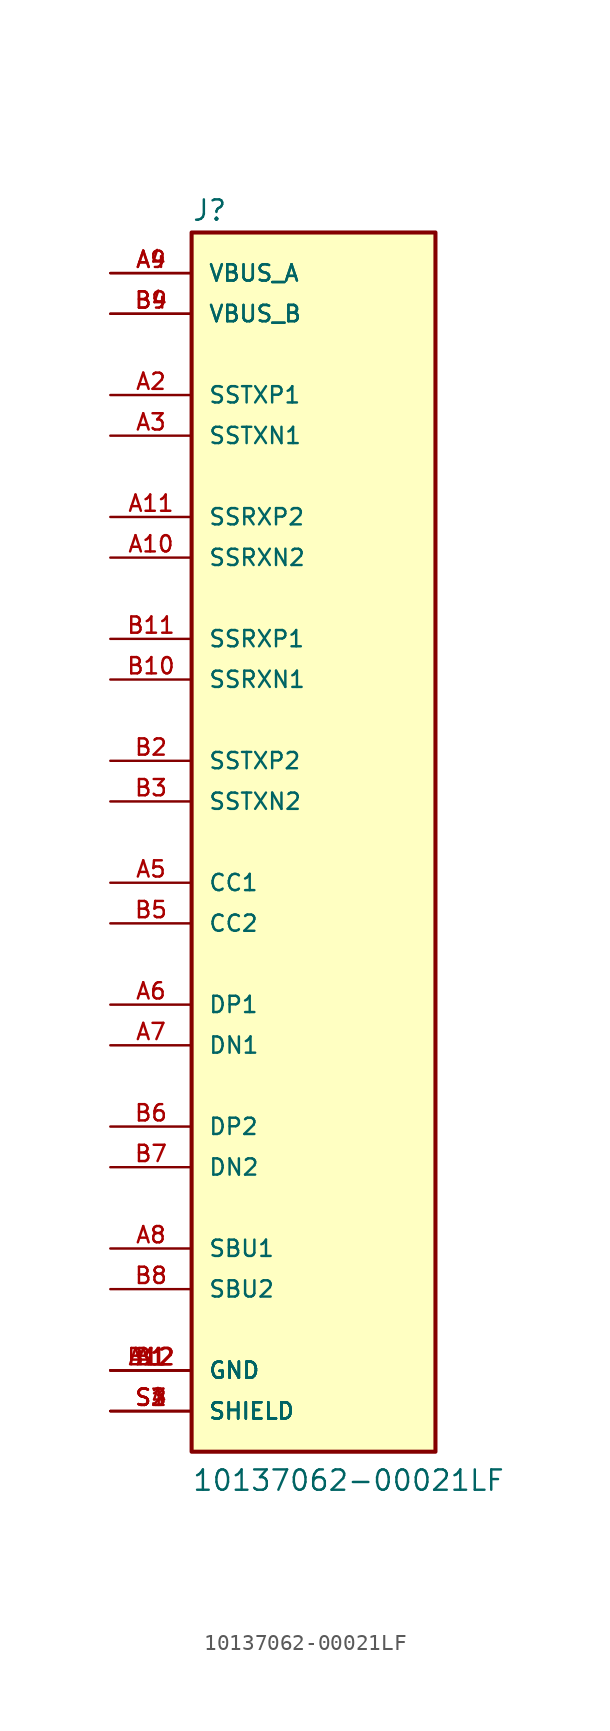
<source format=kicad_sym>
(kicad_symbol_lib
  (version 20211014)
  (generator kicad_symbol_editor)
  (symbol "10137062-00021LF"
    (pin_names
      (offset 1.016))
    (property "Reference" "J"
      (at -7.62 38.735 0)
      (effects (font (size 1.27 1.27)) (justify bottom left)))
    (property "Value" "10137062-00021LF"
      (at -7.62 -40.64 0)
      (effects (font (size 1.27 1.27)) (justify bottom left)))
    (symbol "10137062-00021LF_0_0"
      (rectangle (start -7.62 -38.1) (end 7.62 38.1) (stroke (width 0.254)) (fill (type background)))
      (pin power_in line (at -12.7 -33.02 0) (length 5.08) (name "GND" (effects (font (size 1.016 1.016)))) (number "A1" (effects (font (size 1.016 1.016)))))
      (pin power_in line (at -12.7 -33.02 0) (length 5.08) (name "GND" (effects (font (size 1.016 1.016)))) (number "A12" (effects (font (size 1.016 1.016)))))
      (pin power_in line (at -12.7 -33.02 0) (length 5.08) (name "GND" (effects (font (size 1.016 1.016)))) (number "B1" (effects (font (size 1.016 1.016)))))
      (pin power_in line (at -12.7 -33.02 0) (length 5.08) (name "GND" (effects (font (size 1.016 1.016)))) (number "B12" (effects (font (size 1.016 1.016)))))
      (pin output line (at -12.7 27.94 0) (length 5.08) (name "SSTXP1" (effects (font (size 1.016 1.016)))) (number "A2" (effects (font (size 1.016 1.016)))))
      (pin output line (at -12.7 25.4 0) (length 5.08) (name "SSTXN1" (effects (font (size 1.016 1.016)))) (number "A3" (effects (font (size 1.016 1.016)))))
      (pin power_in line (at -12.7 35.56 0) (length 5.08) (name "VBUS_A" (effects (font (size 1.016 1.016)))) (number "A4" (effects (font (size 1.016 1.016)))))
      (pin power_in line (at -12.7 35.56 0) (length 5.08) (name "VBUS_A" (effects (font (size 1.016 1.016)))) (number "A9" (effects (font (size 1.016 1.016)))))
      (pin bidirectional line (at -12.7 -2.54 0) (length 5.08) (name "CC1" (effects (font (size 1.016 1.016)))) (number "A5" (effects (font (size 1.016 1.016)))))
      (pin bidirectional line (at -12.7 -10.16 0) (length 5.08) (name "DP1" (effects (font (size 1.016 1.016)))) (number "A6" (effects (font (size 1.016 1.016)))))
      (pin bidirectional line (at -12.7 -12.7 0) (length 5.08) (name "DN1" (effects (font (size 1.016 1.016)))) (number "A7" (effects (font (size 1.016 1.016)))))
      (pin bidirectional line (at -12.7 -25.4 0) (length 5.08) (name "SBU1" (effects (font (size 1.016 1.016)))) (number "A8" (effects (font (size 1.016 1.016)))))
      (pin input line (at -12.7 17.78 0) (length 5.08) (name "SSRXN2" (effects (font (size 1.016 1.016)))) (number "A10" (effects (font (size 1.016 1.016)))))
      (pin input line (at -12.7 20.32 0) (length 5.08) (name "SSRXP2" (effects (font (size 1.016 1.016)))) (number "A11" (effects (font (size 1.016 1.016)))))
      (pin input line (at -12.7 10.16 0) (length 5.08) (name "SSRXN1" (effects (font (size 1.016 1.016)))) (number "B10" (effects (font (size 1.016 1.016)))))
      (pin input line (at -12.7 12.7 0) (length 5.08) (name "SSRXP1" (effects (font (size 1.016 1.016)))) (number "B11" (effects (font (size 1.016 1.016)))))
      (pin power_in line (at -12.7 33.02 0) (length 5.08) (name "VBUS_B" (effects (font (size 1.016 1.016)))) (number "B4" (effects (font (size 1.016 1.016)))))
      (pin power_in line (at -12.7 33.02 0) (length 5.08) (name "VBUS_B" (effects (font (size 1.016 1.016)))) (number "B9" (effects (font (size 1.016 1.016)))))
      (pin bidirectional line (at -12.7 -27.94 0) (length 5.08) (name "SBU2" (effects (font (size 1.016 1.016)))) (number "B8" (effects (font (size 1.016 1.016)))))
      (pin bidirectional line (at -12.7 -17.78 0) (length 5.08) (name "DP2" (effects (font (size 1.016 1.016)))) (number "B6" (effects (font (size 1.016 1.016)))))
      (pin bidirectional line (at -12.7 -20.32 0) (length 5.08) (name "DN2" (effects (font (size 1.016 1.016)))) (number "B7" (effects (font (size 1.016 1.016)))))
      (pin bidirectional line (at -12.7 -5.08 0) (length 5.08) (name "CC2" (effects (font (size 1.016 1.016)))) (number "B5" (effects (font (size 1.016 1.016)))))
      (pin output line (at -12.7 5.08 0) (length 5.08) (name "SSTXP2" (effects (font (size 1.016 1.016)))) (number "B2" (effects (font (size 1.016 1.016)))))
      (pin output line (at -12.7 2.54 0) (length 5.08) (name "SSTXN2" (effects (font (size 1.016 1.016)))) (number "B3" (effects (font (size 1.016 1.016)))))
      (pin power_in line (at -12.7 -35.56 0) (length 5.08) (name "SHIELD" (effects (font (size 1.016 1.016)))) (number "S1" (effects (font (size 1.016 1.016)))))
      (pin power_in line (at -12.7 -35.56 0) (length 5.08) (name "SHIELD" (effects (font (size 1.016 1.016)))) (number "S2" (effects (font (size 1.016 1.016)))))
      (pin power_in line (at -12.7 -35.56 0) (length 5.08) (name "SHIELD" (effects (font (size 1.016 1.016)))) (number "S3" (effects (font (size 1.016 1.016)))))
      (pin power_in line (at -12.7 -35.56 0) (length 5.08) (name "SHIELD" (effects (font (size 1.016 1.016)))) (number "S4" (effects (font (size 1.016 1.016))))))))
</source>
